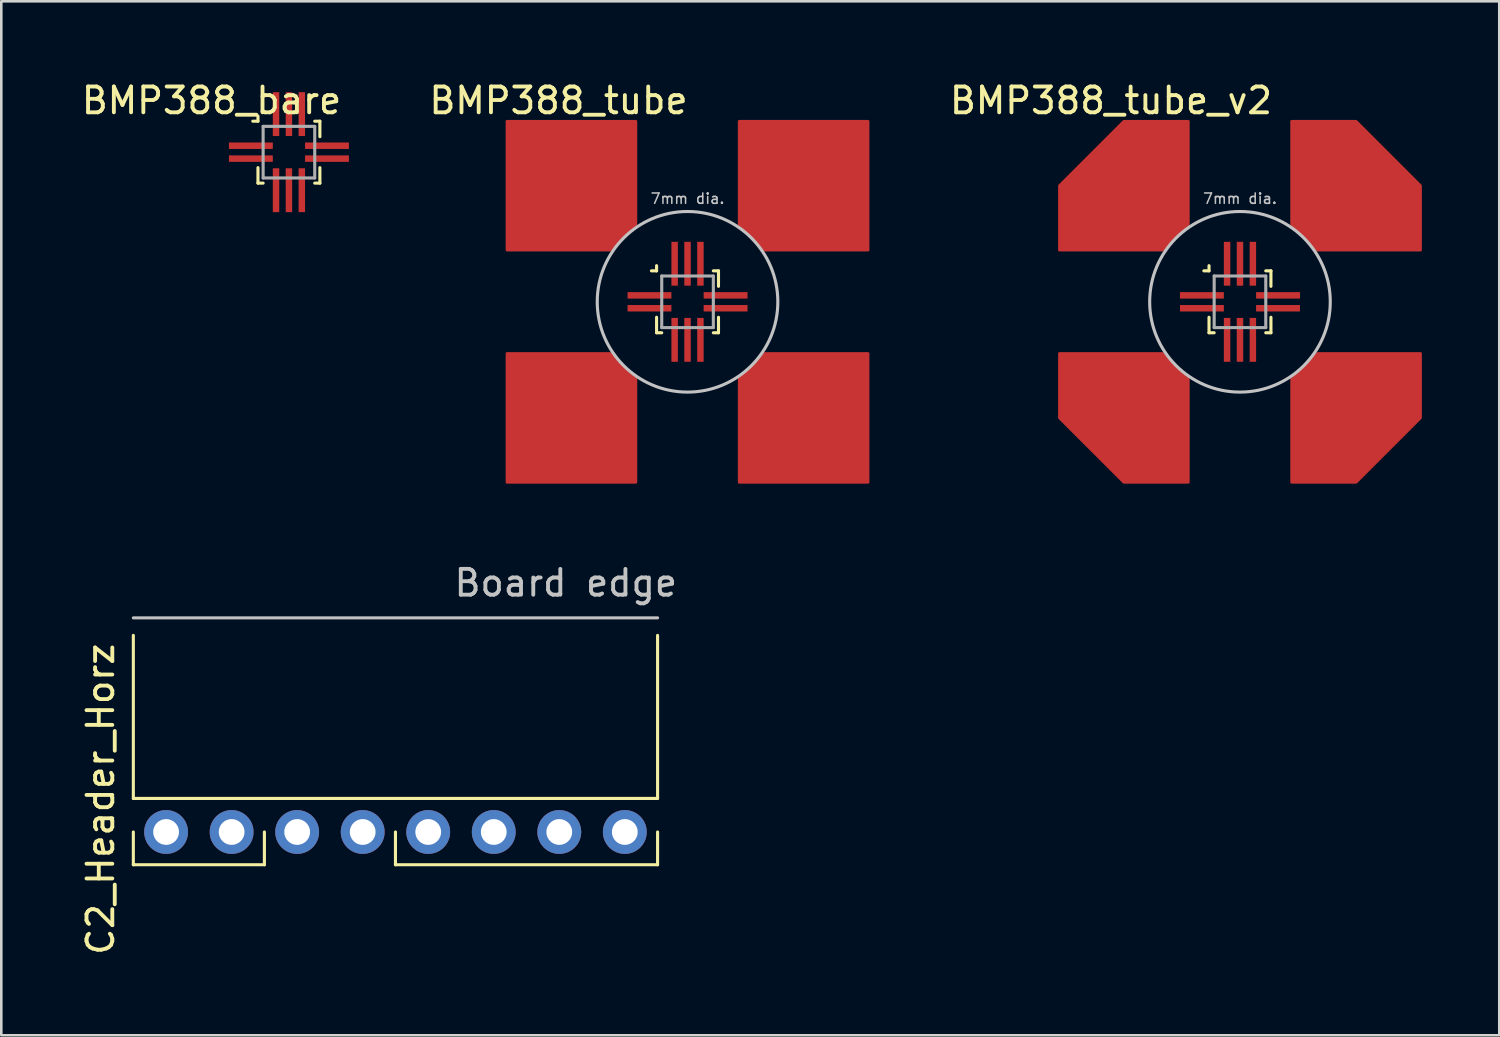
<source format=kicad_pcb>
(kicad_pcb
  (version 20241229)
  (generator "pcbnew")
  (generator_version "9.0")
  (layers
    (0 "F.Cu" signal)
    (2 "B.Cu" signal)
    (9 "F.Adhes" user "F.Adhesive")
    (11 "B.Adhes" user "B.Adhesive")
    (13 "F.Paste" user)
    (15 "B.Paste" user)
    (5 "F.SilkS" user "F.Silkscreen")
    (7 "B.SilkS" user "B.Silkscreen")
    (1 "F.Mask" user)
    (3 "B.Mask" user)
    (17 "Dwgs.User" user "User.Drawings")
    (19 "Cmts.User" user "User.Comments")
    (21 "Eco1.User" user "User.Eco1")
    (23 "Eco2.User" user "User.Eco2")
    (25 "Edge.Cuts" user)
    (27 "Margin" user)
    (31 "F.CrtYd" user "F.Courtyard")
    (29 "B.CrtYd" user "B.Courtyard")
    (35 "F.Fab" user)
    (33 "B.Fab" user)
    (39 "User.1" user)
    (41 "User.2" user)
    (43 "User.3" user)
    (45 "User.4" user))
  (footprint "BMP388_tube_v2"
    (layer "F.Cu")
    (at 45.012 8.648)
    (property "Reference" "BMP388_tube_v2" (at -5 -7.8 0) (layer "F.SilkS") (effects (font (size 1 1) (thickness 0.15))))
    (attr through_hole)
    (fp_line (start -1.2 -1.2) (end -1.4 -1.2) (stroke (width 0.12) (type solid)) (layer "F.SilkS"))
    (fp_line (start -1.2 -1.2) (end -1.2 -1.4) (stroke (width 0.12) (type solid)) (layer "F.SilkS"))
    (fp_line (start -1.2 0.6) (end -1.2 1.2) (stroke (width 0.12) (type solid)) (layer "F.SilkS"))
    (fp_line (start -1.2 1.2) (end -1 1.2) (stroke (width 0.12) (type solid)) (layer "F.SilkS"))
    (fp_line (start 1.2 -1.2) (end 1 -1.2) (stroke (width 0.12) (type solid)) (layer "F.SilkS"))
    (fp_line (start 1.2 -0.6) (end 1.2 -1.2) (stroke (width 0.12) (type solid)) (layer "F.SilkS"))
    (fp_line (start 1.2 0.6) (end 1.2 1.2) (stroke (width 0.12) (type solid)) (layer "F.SilkS"))
    (fp_line (start 1.2 1.2) (end 1 1.2) (stroke (width 0.12) (type solid)) (layer "F.SilkS"))
    (fp_circle (center 0 0) (end 3.5 0) (stroke (width 0.12) (type solid)) (fill no) (layer "Dwgs.User"))
    (fp_line (start -1 -1) (end 1 -1) (stroke (width 0.12) (type solid)) (layer "F.Fab"))
    (fp_line (start -1 1) (end -1 -1) (stroke (width 0.12) (type solid)) (layer "F.Fab"))
    (fp_line (start 1 -1) (end 1 1) (stroke (width 0.12) (type solid)) (layer "F.Fab"))
    (fp_line (start 1 1) (end -1 1) (stroke (width 0.12) (type solid)) (layer "F.Fab"))
    (fp_text user "7mm dia." (at 0 -4 0) (layer "Dwgs.User") (effects (font (size 0.4 0.4) (thickness 0.06))))
    (pad "1" smd rect (at -1.475 -0.25) (size 1.7 0.25) (layers "F.Cu" "F.Mask" "F.Paste"))
    (pad "2" smd rect (at -1.475 0.25) (size 1.7 0.25) (layers "F.Cu" "F.Mask" "F.Paste"))
    (pad "3" smd rect (at -0.5 1.475 90) (size 1.7 0.25) (layers "F.Cu" "F.Mask" "F.Paste"))
    (pad "4" smd rect (at 0 1.475 90) (size 1.7 0.25) (layers "F.Cu" "F.Mask" "F.Paste"))
    (pad "5" smd rect (at 0.5 1.475 90) (size 1.7 0.25) (layers "F.Cu" "F.Mask" "F.Paste"))
    (pad "6" smd rect (at 1.475 0.25 180) (size 1.7 0.25) (layers "F.Cu" "F.Mask" "F.Paste"))
    (pad "7" smd rect (at 1.475 -0.25 180) (size 1.7 0.25) (layers "F.Cu" "F.Mask" "F.Paste"))
    (pad "8" smd rect (at 0.5 -1.475 270) (size 1.7 0.25) (layers "F.Cu" "F.Mask" "F.Paste"))
    (pad "9" smd rect (at 0 -1.475 270) (size 1.7 0.25) (layers "F.Cu" "F.Mask" "F.Paste"))
    (pad "10" smd rect (at -0.5 -1.475 270) (size 1.7 0.25) (layers "F.Cu" "F.Mask" "F.Paste"))
    (pad "11" smd custom (at -3.5 -3.5 90) (size 1.524 1.524) (layers "F.Cu" "F.Mask" "F.Paste") (options (anchor circle)) (primitives (gr_poly (pts (xy 3.5 -1) (xy 3.5 1.5) (xy -0.5 1.5) (xy -1.5 0.5) (xy -1.5 -3.5) (xy 1 -3.5)) (width 0.1) (fill yes))))
    (pad "12" smd custom (at -3.5 3.5 180) (size 1.524 1.524) (layers "F.Cu" "F.Mask" "F.Paste") (options (anchor circle)) (primitives (gr_poly (pts (xy 3.5 -1) (xy 3.5 1.5) (xy -0.5 1.5) (xy -1.5 0.5) (xy -1.5 -3.5) (xy 1 -3.5)) (width 0.1) (fill yes))))
    (pad "13" smd custom (at 3.5 3.5 270) (size 1.524 1.524) (layers "F.Cu" "F.Mask" "F.Paste") (options (anchor circle)) (primitives (gr_poly (pts (xy 3.5 -1) (xy 3.5 1.5) (xy -0.5 1.5) (xy -1.5 0.5) (xy -1.5 -3.5) (xy 1 -3.5)) (width 0.1) (fill yes))))
    (pad "14" smd custom (at 3.5 -3.5) (size 1.524 1.524) (layers "F.Cu" "F.Mask" "F.Paste") (options (anchor circle)) (primitives (gr_poly (pts (xy 3.5 -1) (xy 3.5 1.5) (xy -0.5 1.5) (xy -1.5 0.5) (xy -1.5 -3.5) (xy 1 -3.5)) (width 0.1) (fill yes)))))
  (footprint "BMP388_tube"
    (layer "F.Cu")
    (at 23.599 8.648)
    (property "Reference" "BMP388_tube" (at -5 -7.8 0) (layer "F.SilkS") (effects (font (size 1 1) (thickness 0.15))))
    (attr through_hole)
    (fp_line (start -1.2 -1.2) (end -1.4 -1.2) (stroke (width 0.12) (type solid)) (layer "F.SilkS"))
    (fp_line (start -1.2 -1.2) (end -1.2 -1.4) (stroke (width 0.12) (type solid)) (layer "F.SilkS"))
    (fp_line (start -1.2 0.6) (end -1.2 1.2) (stroke (width 0.12) (type solid)) (layer "F.SilkS"))
    (fp_line (start -1.2 1.2) (end -1 1.2) (stroke (width 0.12) (type solid)) (layer "F.SilkS"))
    (fp_line (start 1.2 -1.2) (end 1 -1.2) (stroke (width 0.12) (type solid)) (layer "F.SilkS"))
    (fp_line (start 1.2 -0.6) (end 1.2 -1.2) (stroke (width 0.12) (type solid)) (layer "F.SilkS"))
    (fp_line (start 1.2 0.6) (end 1.2 1.2) (stroke (width 0.12) (type solid)) (layer "F.SilkS"))
    (fp_line (start 1.2 1.2) (end 1 1.2) (stroke (width 0.12) (type solid)) (layer "F.SilkS"))
    (fp_circle (center 0 0) (end 3.5 0) (stroke (width 0.12) (type solid)) (fill no) (layer "Dwgs.User"))
    (fp_line (start -1 -1) (end 1 -1) (stroke (width 0.12) (type solid)) (layer "F.Fab"))
    (fp_line (start -1 1) (end -1 -1) (stroke (width 0.12) (type solid)) (layer "F.Fab"))
    (fp_line (start 1 -1) (end 1 1) (stroke (width 0.12) (type solid)) (layer "F.Fab"))
    (fp_line (start 1 1) (end -1 1) (stroke (width 0.12) (type solid)) (layer "F.Fab"))
    (fp_text user "7mm dia." (at 0 -4 0) (layer "Dwgs.User") (effects (font (size 0.4 0.4) (thickness 0.06))))
    (pad "1" smd rect (at -1.475 -0.25) (size 1.7 0.25) (layers "F.Cu" "F.Mask" "F.Paste"))
    (pad "2" smd rect (at -1.475 0.25) (size 1.7 0.25) (layers "F.Cu" "F.Mask" "F.Paste"))
    (pad "3" smd rect (at -0.5 1.475 90) (size 1.7 0.25) (layers "F.Cu" "F.Mask" "F.Paste"))
    (pad "4" smd rect (at 0 1.475 90) (size 1.7 0.25) (layers "F.Cu" "F.Mask" "F.Paste"))
    (pad "5" smd rect (at 0.5 1.475 90) (size 1.7 0.25) (layers "F.Cu" "F.Mask" "F.Paste"))
    (pad "6" smd rect (at 1.475 0.25 180) (size 1.7 0.25) (layers "F.Cu" "F.Mask" "F.Paste"))
    (pad "7" smd rect (at 1.475 -0.25 180) (size 1.7 0.25) (layers "F.Cu" "F.Mask" "F.Paste"))
    (pad "8" smd rect (at 0.5 -1.475 270) (size 1.7 0.25) (layers "F.Cu" "F.Mask" "F.Paste"))
    (pad "9" smd rect (at 0 -1.475 270) (size 1.7 0.25) (layers "F.Cu" "F.Mask" "F.Paste"))
    (pad "10" smd rect (at -0.5 -1.475 270) (size 1.7 0.25) (layers "F.Cu" "F.Mask" "F.Paste"))
    (pad "11" smd custom (at -3.5 -3.5) (size 1 1) (layers "F.Cu" "F.Mask" "F.Paste") (options (anchor circle)) (primitives (gr_poly (pts (xy 1.5 0.5) (xy 0.5 1.5) (xy -3.5 1.5) (xy -3.5 -3.5) (xy 1.5 -3.5)) (width 0.1) (fill yes))))
    (pad "12" smd custom (at -3.5 3.5 90) (size 1 1) (layers "F.Cu" "F.Mask" "F.Paste") (options (anchor circle)) (primitives (gr_poly (pts (xy 1.5 0.5) (xy 0.5 1.5) (xy -3.5 1.5) (xy -3.5 -3.5) (xy 1.5 -3.5)) (width 0.1) (fill yes))))
    (pad "13" smd custom (at 3.5 3.5 180) (size 1 1) (layers "F.Cu" "F.Mask" "F.Paste") (options (anchor circle)) (primitives (gr_poly (pts (xy 1.5 0.5) (xy 0.5 1.5) (xy -3.5 1.5) (xy -3.5 -3.5) (xy 1.5 -3.5)) (width 0.1) (fill yes))))
    (pad "14" smd custom (at 3.5 -3.5 270) (size 1 1) (layers "F.Cu" "F.Mask" "F.Paste") (options (anchor circle)) (primitives (gr_poly (pts (xy 1.5 0.5) (xy 0.5 1.5) (xy -3.5 1.5) (xy -3.5 -3.5) (xy 1.5 -3.5)) (width 0.1) (fill yes)))))
  (footprint "BMP388_bare"
    (layer "F.Cu")
    (at 8.149 2.848)
    (property "Reference" "BMP388_bare" (at -3 -2 0) (layer "F.SilkS") (effects (font (size 1 1) (thickness 0.15))))
    (attr through_hole)
    (fp_line (start -1.2 -1.2) (end -1.4 -1.2) (stroke (width 0.12) (type solid)) (layer "F.SilkS"))
    (fp_line (start -1.2 -1.2) (end -1.2 -1.4) (stroke (width 0.12) (type solid)) (layer "F.SilkS"))
    (fp_line (start -1.2 0.6) (end -1.2 1.2) (stroke (width 0.12) (type solid)) (layer "F.SilkS"))
    (fp_line (start -1.2 1.2) (end -1 1.2) (stroke (width 0.12) (type solid)) (layer "F.SilkS"))
    (fp_line (start 1.2 -1.2) (end 1 -1.2) (stroke (width 0.12) (type solid)) (layer "F.SilkS"))
    (fp_line (start 1.2 -0.6) (end 1.2 -1.2) (stroke (width 0.12) (type solid)) (layer "F.SilkS"))
    (fp_line (start 1.2 0.6) (end 1.2 1.2) (stroke (width 0.12) (type solid)) (layer "F.SilkS"))
    (fp_line (start 1.2 1.2) (end 1 1.2) (stroke (width 0.12) (type solid)) (layer "F.SilkS"))
    (fp_line (start -1 -1) (end 1 -1) (stroke (width 0.12) (type solid)) (layer "F.Fab"))
    (fp_line (start -1 1) (end -1 -1) (stroke (width 0.12) (type solid)) (layer "F.Fab"))
    (fp_line (start 1 -1) (end 1 1) (stroke (width 0.12) (type solid)) (layer "F.Fab"))
    (fp_line (start 1 1) (end -1 1) (stroke (width 0.12) (type solid)) (layer "F.Fab"))
    (pad "1" smd rect (at -1.475 -0.25) (size 1.7 0.25) (layers "F.Cu" "F.Mask" "F.Paste"))
    (pad "2" smd rect (at -1.475 0.25) (size 1.7 0.25) (layers "F.Cu" "F.Mask" "F.Paste"))
    (pad "3" smd rect (at -0.5 1.475 90) (size 1.7 0.25) (layers "F.Cu" "F.Mask" "F.Paste"))
    (pad "4" smd rect (at 0 1.475 90) (size 1.7 0.25) (layers "F.Cu" "F.Mask" "F.Paste"))
    (pad "5" smd rect (at 0.5 1.475 90) (size 1.7 0.25) (layers "F.Cu" "F.Mask" "F.Paste"))
    (pad "6" smd rect (at 1.475 0.25 180) (size 1.7 0.25) (layers "F.Cu" "F.Mask" "F.Paste"))
    (pad "7" smd rect (at 1.475 -0.25 180) (size 1.7 0.25) (layers "F.Cu" "F.Mask" "F.Paste"))
    (pad "8" smd rect (at 0.5 -1.475 270) (size 1.7 0.25) (layers "F.Cu" "F.Mask" "F.Paste"))
    (pad "9" smd rect (at 0 -1.475 270) (size 1.7 0.25) (layers "F.Cu" "F.Mask" "F.Paste"))
    (pad "10" smd rect (at -0.5 -1.475 270) (size 1.7 0.25) (layers "F.Cu" "F.Mask" "F.Paste")))
  (footprint "C2_Header_Horz"
    (layer "F.Cu")
    (at 3.388 29.198)
    (property "Reference" "C2_Header_Horz" (at -2.54 -1.27 90) (layer "F.SilkS") (effects (font (size 1 1) (thickness 0.15))))
    (attr through_hole)
    (fp_line (start -1.27 -7.62) (end -1.27 -1.3) (stroke (width 0.12) (type solid)) (layer "F.SilkS"))
    (fp_line (start -1.27 -1.3) (end 19.05 -1.3) (stroke (width 0.12) (type solid)) (layer "F.SilkS"))
    (fp_line (start -1.27 0) (end -1.27 1.27) (stroke (width 0.12) (type solid)) (layer "F.SilkS"))
    (fp_line (start -1.27 1.27) (end 3.81 1.27) (stroke (width 0.12) (type solid)) (layer "F.SilkS"))
    (fp_line (start 3.81 1.27) (end 3.81 0) (stroke (width 0.12) (type solid)) (layer "F.SilkS"))
    (fp_line (start 8.89 0) (end 8.89 1.27) (stroke (width 0.12) (type solid)) (layer "F.SilkS"))
    (fp_line (start 8.89 1.27) (end 19.05 1.27) (stroke (width 0.12) (type solid)) (layer "F.SilkS"))
    (fp_line (start 19.05 -7.62) (end 19.05 -1.3) (stroke (width 0.12) (type solid)) (layer "F.SilkS"))
    (fp_line (start 19.05 1.27) (end 19.05 0) (stroke (width 0.12) (type solid)) (layer "F.SilkS"))
    (fp_line (start -1.27 -8.3) (end 19.05 -8.3) (stroke (width 0.12) (type solid)) (layer "Dwgs.User"))
    (fp_text user "Board edge" (at 15.494 -9.652 0) (layer "Dwgs.User") (effects (font (size 1 1) (thickness 0.15))))
    (pad "1" thru_hole circle (at 0 0) (size 1.7 1.7) (drill 1) (layers "*.Cu" "*.Mask"))
    (pad "2" thru_hole circle (at 2.54 0) (size 1.7 1.7) (drill 1) (layers "*.Cu" "*.Mask"))
    (pad "3" thru_hole circle (at 5.08 0) (size 1.7 1.7) (drill 1) (layers "*.Cu" "*.Mask"))
    (pad "4" thru_hole circle (at 7.62 0) (size 1.7 1.7) (drill 1) (layers "*.Cu" "*.Mask"))
    (pad "5" thru_hole circle (at 10.16 0) (size 1.7 1.7) (drill 1) (layers "*.Cu" "*.Mask"))
    (pad "6" thru_hole circle (at 12.7 0) (size 1.7 1.7) (drill 1) (layers "*.Cu" "*.Mask"))
    (pad "7" thru_hole circle (at 15.24 0) (size 1.7 1.7) (drill 1) (layers "*.Cu" "*.Mask"))
    (pad "8" thru_hole circle (at 17.78 0) (size 1.7 1.7) (drill 1) (layers "*.Cu" "*.Mask")))
  (gr_rect
    (start -3 -3)
    (end 55.062 37.077)
    (stroke (width 0.1) (type default))
    (fill no)
    (layer "Edge.Cuts")))
</source>
